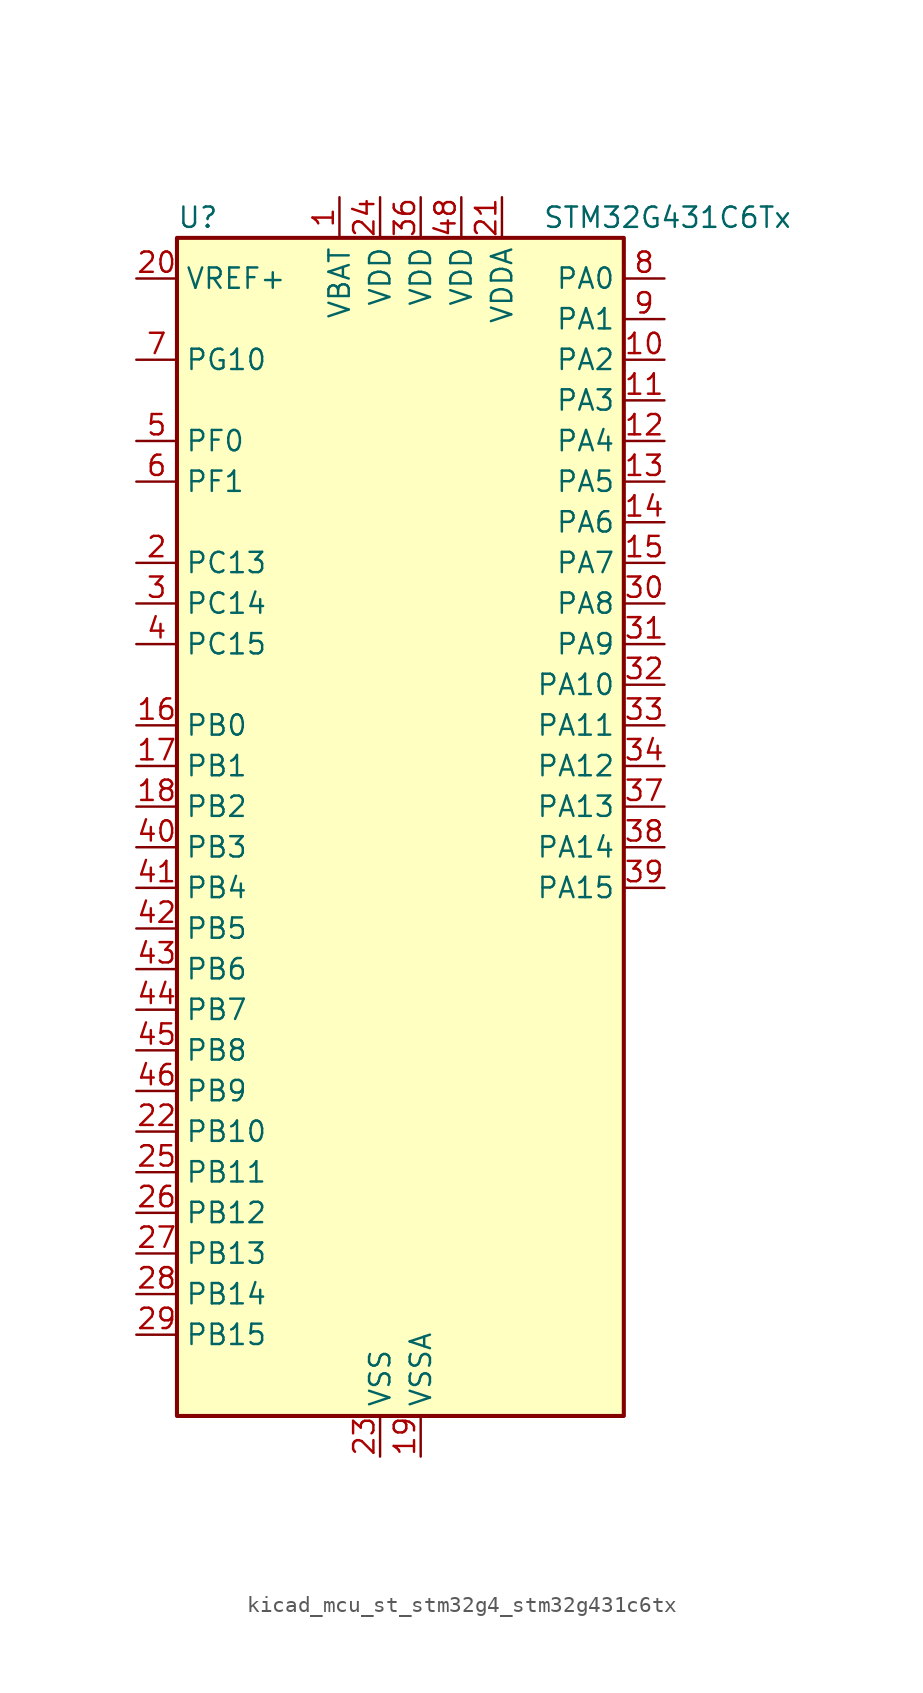
<source format=kicad_sym>
(kicad_symbol_lib
  (version 20220914)
  (generator kicad_symbol_editor)
  (symbol "kicad_mcu_st_stm32g4_stm32g431c6tx"
    (property "Reference" "U"
      (at -12.7 39.37 0)
      (effects (font (size 1.27 1.27)) (justify left)))
    (property "Value" "STM32G431C6Tx"
      (at 10.16 39.37 0)
      (effects (font (size 1.27 1.27)) (justify left)))
    (property "ki_locked" ""
      (at 0 0 0)
      (effects (font (size 1.27 1.27))))
    (symbol "kicad_mcu_st_stm32g4_stm32g431c6tx_0_1"
      (rectangle (start -12.7 -35.56) (end 15.24 38.1) (stroke (width 0.254) (type default)) (fill (type background))))
    (symbol "kicad_mcu_st_stm32g4_stm32g431c6tx_1_1"
      (pin power_in line (at -2.54 40.64 270) (length 2.54) (name "VBAT" (effects (font (size 1.27 1.27)))) (number "1" (effects (font (size 1.27 1.27)))))
      (pin bidirectional line (at 17.78 30.48 180) (length 2.54) (name "PA2" (effects (font (size 1.27 1.27)))) (number "10" (effects (font (size 1.27 1.27)))) (alternate "ADC1_IN3" bidirectional line) (alternate "COMP2_INM" bidirectional line) (alternate "COMP2_OUT" bidirectional line) (alternate "LPUART1_TX" bidirectional line) (alternate "OPAMP1_VOUT" bidirectional line) (alternate "RCC_LSCO" bidirectional line) (alternate "SYS_WKUP4" bidirectional line) (alternate "TIM15_CH1" bidirectional line) (alternate "TIM2_CH3" bidirectional line) (alternate "UCPD1_FRSTX1" bidirectional line) (alternate "UCPD1_FRSTX2" bidirectional line) (alternate "USART2_TX" bidirectional line))
      (pin bidirectional line (at 17.78 27.94 180) (length 2.54) (name "PA3" (effects (font (size 1.27 1.27)))) (number "11" (effects (font (size 1.27 1.27)))) (alternate "ADC1_IN4" bidirectional line) (alternate "COMP2_INP" bidirectional line) (alternate "LPUART1_RX" bidirectional line) (alternate "OPAMP1_VINM" bidirectional line) (alternate "OPAMP1_VINM0" bidirectional line) (alternate "OPAMP1_VINM_SEC" bidirectional line) (alternate "OPAMP1_VINP" bidirectional line) (alternate "OPAMP1_VINP_SEC" bidirectional line) (alternate "SAI1_CK1" bidirectional line) (alternate "SAI1_MCLK_A" bidirectional line) (alternate "TIM15_CH2" bidirectional line) (alternate "TIM2_CH4" bidirectional line) (alternate "USART2_RX" bidirectional line))
      (pin bidirectional line (at 17.78 25.4 180) (length 2.54) (name "PA4" (effects (font (size 1.27 1.27)))) (number "12" (effects (font (size 1.27 1.27)))) (alternate "ADC2_IN17" bidirectional line) (alternate "COMP1_INM" bidirectional line) (alternate "DAC1_OUT1" bidirectional line) (alternate "I2S3_WS" bidirectional line) (alternate "SAI1_FS_B" bidirectional line) (alternate "SPI1_NSS" bidirectional line) (alternate "SPI3_NSS" bidirectional line) (alternate "TIM3_CH2" bidirectional line) (alternate "USART2_CK" bidirectional line))
      (pin bidirectional line (at 17.78 22.86 180) (length 2.54) (name "PA5" (effects (font (size 1.27 1.27)))) (number "13" (effects (font (size 1.27 1.27)))) (alternate "ADC2_IN13" bidirectional line) (alternate "COMP2_INM" bidirectional line) (alternate "DAC1_OUT2" bidirectional line) (alternate "OPAMP2_VINM" bidirectional line) (alternate "OPAMP2_VINM0" bidirectional line) (alternate "OPAMP2_VINM_SEC" bidirectional line) (alternate "SPI1_SCK" bidirectional line) (alternate "TIM2_CH1" bidirectional line) (alternate "TIM2_ETR" bidirectional line) (alternate "UCPD1_FRSTX1" bidirectional line) (alternate "UCPD1_FRSTX2" bidirectional line))
      (pin bidirectional line (at 17.78 20.32 180) (length 2.54) (name "PA6" (effects (font (size 1.27 1.27)))) (number "14" (effects (font (size 1.27 1.27)))) (alternate "ADC2_IN3" bidirectional line) (alternate "COMP1_OUT" bidirectional line) (alternate "LPUART1_CTS" bidirectional line) (alternate "OPAMP2_VOUT" bidirectional line) (alternate "SPI1_MISO" bidirectional line) (alternate "TIM16_CH1" bidirectional line) (alternate "TIM1_BKIN" bidirectional line) (alternate "TIM3_CH1" bidirectional line) (alternate "TIM8_BKIN" bidirectional line))
      (pin bidirectional line (at 17.78 17.78 180) (length 2.54) (name "PA7" (effects (font (size 1.27 1.27)))) (number "15" (effects (font (size 1.27 1.27)))) (alternate "ADC2_IN4" bidirectional line) (alternate "COMP2_INP" bidirectional line) (alternate "COMP2_OUT" bidirectional line) (alternate "OPAMP1_VINP" bidirectional line) (alternate "OPAMP1_VINP_SEC" bidirectional line) (alternate "OPAMP2_VINP" bidirectional line) (alternate "OPAMP2_VINP_SEC" bidirectional line) (alternate "SPI1_MOSI" bidirectional line) (alternate "TIM17_CH1" bidirectional line) (alternate "TIM1_CH1N" bidirectional line) (alternate "TIM3_CH2" bidirectional line) (alternate "TIM8_CH1N" bidirectional line) (alternate "UCPD1_FRSTX1" bidirectional line) (alternate "UCPD1_FRSTX2" bidirectional line))
      (pin bidirectional line (at -15.24 7.62 0) (length 2.54) (name "PB0" (effects (font (size 1.27 1.27)))) (number "16" (effects (font (size 1.27 1.27)))) (alternate "ADC1_IN15" bidirectional line) (alternate "COMP4_INP" bidirectional line) (alternate "OPAMP2_VINP" bidirectional line) (alternate "OPAMP2_VINP_SEC" bidirectional line) (alternate "OPAMP3_VINP" bidirectional line) (alternate "OPAMP3_VINP_SEC" bidirectional line) (alternate "TIM1_CH2N" bidirectional line) (alternate "TIM3_CH3" bidirectional line) (alternate "TIM8_CH2N" bidirectional line) (alternate "UCPD1_FRSTX1" bidirectional line) (alternate "UCPD1_FRSTX2" bidirectional line))
      (pin bidirectional line (at -15.24 5.08 0) (length 2.54) (name "PB1" (effects (font (size 1.27 1.27)))) (number "17" (effects (font (size 1.27 1.27)))) (alternate "ADC1_IN12" bidirectional line) (alternate "COMP1_INP" bidirectional line) (alternate "COMP4_OUT" bidirectional line) (alternate "LPUART1_DE" bidirectional line) (alternate "LPUART1_RTS" bidirectional line) (alternate "OPAMP3_VOUT" bidirectional line) (alternate "TIM1_CH3N" bidirectional line) (alternate "TIM3_CH4" bidirectional line) (alternate "TIM8_CH3N" bidirectional line))
      (pin bidirectional line (at -15.24 2.54 0) (length 2.54) (name "PB2" (effects (font (size 1.27 1.27)))) (number "18" (effects (font (size 1.27 1.27)))) (alternate "ADC2_IN12" bidirectional line) (alternate "COMP4_INM" bidirectional line) (alternate "I2C3_SMBA" bidirectional line) (alternate "LPTIM1_OUT" bidirectional line) (alternate "OPAMP3_VINM" bidirectional line) (alternate "OPAMP3_VINM0" bidirectional line) (alternate "OPAMP3_VINM_SEC" bidirectional line) (alternate "RTC_OUT2" bidirectional line))
      (pin power_in line (at 2.54 -38.1 90) (length 2.54) (name "VSSA" (effects (font (size 1.27 1.27)))) (number "19" (effects (font (size 1.27 1.27)))))
      (pin bidirectional line (at -15.24 17.78 0) (length 2.54) (name "PC13" (effects (font (size 1.27 1.27)))) (number "2" (effects (font (size 1.27 1.27)))) (alternate "RTC_OUT1" bidirectional line) (alternate "RTC_TAMP1" bidirectional line) (alternate "RTC_TS" bidirectional line) (alternate "SYS_WKUP2" bidirectional line) (alternate "TIM1_BKIN" bidirectional line) (alternate "TIM1_CH1N" bidirectional line) (alternate "TIM8_CH4N" bidirectional line))
      (pin input line (at -15.24 35.56 0) (length 2.54) (name "VREF+" (effects (font (size 1.27 1.27)))) (number "20" (effects (font (size 1.27 1.27)))) (alternate "VREFBUF_OUT" bidirectional line))
      (pin power_in line (at 7.62 40.64 270) (length 2.54) (name "VDDA" (effects (font (size 1.27 1.27)))) (number "21" (effects (font (size 1.27 1.27)))))
      (pin bidirectional line (at -15.24 -17.78 0) (length 2.54) (name "PB10" (effects (font (size 1.27 1.27)))) (number "22" (effects (font (size 1.27 1.27)))) (alternate "DAC1_EXTI10" bidirectional line) (alternate "DAC3_EXTI10" bidirectional line) (alternate "LPUART1_RX" bidirectional line) (alternate "OPAMP3_VINM" bidirectional line) (alternate "OPAMP3_VINM1" bidirectional line) (alternate "OPAMP3_VINM_SEC" bidirectional line) (alternate "SAI1_SCK_A" bidirectional line) (alternate "TIM1_BKIN" bidirectional line) (alternate "TIM2_CH3" bidirectional line) (alternate "USART3_TX" bidirectional line))
      (pin power_in line (at 0 -38.1 90) (length 2.54) (name "VSS" (effects (font (size 1.27 1.27)))) (number "23" (effects (font (size 1.27 1.27)))))
      (pin power_in line (at 0 40.64 270) (length 2.54) (name "VDD" (effects (font (size 1.27 1.27)))) (number "24" (effects (font (size 1.27 1.27)))))
      (pin bidirectional line (at -15.24 -20.32 0) (length 2.54) (name "PB11" (effects (font (size 1.27 1.27)))) (number "25" (effects (font (size 1.27 1.27)))) (alternate "ADC1_EXTI11" bidirectional line) (alternate "ADC1_IN14" bidirectional line) (alternate "ADC2_EXTI11" bidirectional line) (alternate "ADC2_IN14" bidirectional line) (alternate "LPUART1_TX" bidirectional line) (alternate "TIM2_CH4" bidirectional line) (alternate "USART3_RX" bidirectional line))
      (pin bidirectional line (at -15.24 -22.86 0) (length 2.54) (name "PB12" (effects (font (size 1.27 1.27)))) (number "26" (effects (font (size 1.27 1.27)))) (alternate "ADC1_IN11" bidirectional line) (alternate "I2C2_SMBA" bidirectional line) (alternate "I2S2_WS" bidirectional line) (alternate "LPUART1_DE" bidirectional line) (alternate "LPUART1_RTS" bidirectional line) (alternate "SPI2_NSS" bidirectional line) (alternate "TIM1_BKIN" bidirectional line) (alternate "USART3_CK" bidirectional line))
      (pin bidirectional line (at -15.24 -25.4 0) (length 2.54) (name "PB13" (effects (font (size 1.27 1.27)))) (number "27" (effects (font (size 1.27 1.27)))) (alternate "I2S2_CK" bidirectional line) (alternate "LPUART1_CTS" bidirectional line) (alternate "OPAMP3_VINP" bidirectional line) (alternate "OPAMP3_VINP_SEC" bidirectional line) (alternate "SPI2_SCK" bidirectional line) (alternate "TIM1_CH1N" bidirectional line) (alternate "USART3_CTS" bidirectional line) (alternate "USART3_NSS" bidirectional line))
      (pin bidirectional line (at -15.24 -27.94 0) (length 2.54) (name "PB14" (effects (font (size 1.27 1.27)))) (number "28" (effects (font (size 1.27 1.27)))) (alternate "ADC1_IN5" bidirectional line) (alternate "COMP4_OUT" bidirectional line) (alternate "OPAMP2_VINP" bidirectional line) (alternate "OPAMP2_VINP_SEC" bidirectional line) (alternate "SPI2_MISO" bidirectional line) (alternate "TIM15_CH1" bidirectional line) (alternate "TIM1_CH2N" bidirectional line) (alternate "USART3_DE" bidirectional line) (alternate "USART3_RTS" bidirectional line))
      (pin bidirectional line (at -15.24 -30.48 0) (length 2.54) (name "PB15" (effects (font (size 1.27 1.27)))) (number "29" (effects (font (size 1.27 1.27)))) (alternate "ADC1_EXTI15" bidirectional line) (alternate "ADC2_EXTI15" bidirectional line) (alternate "ADC2_IN15" bidirectional line) (alternate "COMP3_OUT" bidirectional line) (alternate "I2S2_SD" bidirectional line) (alternate "RTC_REFIN" bidirectional line) (alternate "SPI2_MOSI" bidirectional line) (alternate "TIM15_CH1N" bidirectional line) (alternate "TIM15_CH2" bidirectional line) (alternate "TIM1_CH3N" bidirectional line))
      (pin bidirectional line (at -15.24 15.24 0) (length 2.54) (name "PC14" (effects (font (size 1.27 1.27)))) (number "3" (effects (font (size 1.27 1.27)))) (alternate "RCC_OSC32_IN" bidirectional line))
      (pin bidirectional line (at 17.78 15.24 180) (length 2.54) (name "PA8" (effects (font (size 1.27 1.27)))) (number "30" (effects (font (size 1.27 1.27)))) (alternate "I2C2_SDA" bidirectional line) (alternate "I2C3_SCL" bidirectional line) (alternate "I2S2_MCK" bidirectional line) (alternate "RCC_MCO" bidirectional line) (alternate "SAI1_CK2" bidirectional line) (alternate "SAI1_SCK_A" bidirectional line) (alternate "TIM1_CH1" bidirectional line) (alternate "TIM4_ETR" bidirectional line) (alternate "USART1_CK" bidirectional line))
      (pin bidirectional line (at 17.78 12.7 180) (length 2.54) (name "PA9" (effects (font (size 1.27 1.27)))) (number "31" (effects (font (size 1.27 1.27)))) (alternate "DAC1_EXTI9" bidirectional line) (alternate "DAC3_EXTI9" bidirectional line) (alternate "I2C2_SCL" bidirectional line) (alternate "I2C3_SMBA" bidirectional line) (alternate "I2S3_MCK" bidirectional line) (alternate "SAI1_FS_A" bidirectional line) (alternate "TIM15_BKIN" bidirectional line) (alternate "TIM1_CH2" bidirectional line) (alternate "TIM2_CH3" bidirectional line) (alternate "UCPD1_DBCC1" bidirectional line) (alternate "USART1_TX" bidirectional line))
      (pin bidirectional line (at 17.78 10.16 180) (length 2.54) (name "PA10" (effects (font (size 1.27 1.27)))) (number "32" (effects (font (size 1.27 1.27)))) (alternate "CRS_SYNC" bidirectional line) (alternate "DAC1_EXTI10" bidirectional line) (alternate "DAC3_EXTI10" bidirectional line) (alternate "I2C2_SMBA" bidirectional line) (alternate "SAI1_D1" bidirectional line) (alternate "SAI1_SD_A" bidirectional line) (alternate "SPI2_MISO" bidirectional line) (alternate "TIM17_BKIN" bidirectional line) (alternate "TIM1_CH3" bidirectional line) (alternate "TIM2_CH4" bidirectional line) (alternate "TIM8_BKIN" bidirectional line) (alternate "UCPD1_DBCC2" bidirectional line) (alternate "USART1_RX" bidirectional line))
      (pin bidirectional line (at 17.78 7.62 180) (length 2.54) (name "PA11" (effects (font (size 1.27 1.27)))) (number "33" (effects (font (size 1.27 1.27)))) (alternate "ADC1_EXTI11" bidirectional line) (alternate "ADC2_EXTI11" bidirectional line) (alternate "COMP1_OUT" bidirectional line) (alternate "FDCAN1_RX" bidirectional line) (alternate "I2S2_SD" bidirectional line) (alternate "SPI2_MOSI" bidirectional line) (alternate "TIM1_BKIN2" bidirectional line) (alternate "TIM1_CH1N" bidirectional line) (alternate "TIM1_CH4" bidirectional line) (alternate "TIM4_CH1" bidirectional line) (alternate "USART1_CTS" bidirectional line) (alternate "USART1_NSS" bidirectional line) (alternate "USB_DM" bidirectional line))
      (pin bidirectional line (at 17.78 5.08 180) (length 2.54) (name "PA12" (effects (font (size 1.27 1.27)))) (number "34" (effects (font (size 1.27 1.27)))) (alternate "COMP2_OUT" bidirectional line) (alternate "FDCAN1_TX" bidirectional line) (alternate "I2S_CKIN" bidirectional line) (alternate "TIM16_CH1" bidirectional line) (alternate "TIM1_CH2N" bidirectional line) (alternate "TIM1_ETR" bidirectional line) (alternate "TIM4_CH2" bidirectional line) (alternate "USART1_DE" bidirectional line) (alternate "USART1_RTS" bidirectional line) (alternate "USB_DP" bidirectional line))
      (pin passive line (at 0 -38.1 90) (length 2.54) hide (name "VSS" (effects (font (size 1.27 1.27)))) (number "35" (effects (font (size 1.27 1.27)))))
      (pin power_in line (at 2.54 40.64 270) (length 2.54) (name "VDD" (effects (font (size 1.27 1.27)))) (number "36" (effects (font (size 1.27 1.27)))))
      (pin bidirectional line (at 17.78 2.54 180) (length 2.54) (name "PA13" (effects (font (size 1.27 1.27)))) (number "37" (effects (font (size 1.27 1.27)))) (alternate "I2C1_SCL" bidirectional line) (alternate "IR_OUT" bidirectional line) (alternate "SAI1_SD_B" bidirectional line) (alternate "SYS_JTMS-SWDIO" bidirectional line) (alternate "TIM16_CH1N" bidirectional line) (alternate "TIM4_CH3" bidirectional line) (alternate "USART3_CTS" bidirectional line) (alternate "USART3_NSS" bidirectional line))
      (pin bidirectional line (at 17.78 0 180) (length 2.54) (name "PA14" (effects (font (size 1.27 1.27)))) (number "38" (effects (font (size 1.27 1.27)))) (alternate "I2C1_SDA" bidirectional line) (alternate "LPTIM1_OUT" bidirectional line) (alternate "SAI1_FS_B" bidirectional line) (alternate "SYS_JTCK-SWCLK" bidirectional line) (alternate "TIM1_BKIN" bidirectional line) (alternate "TIM8_CH2" bidirectional line) (alternate "USART2_TX" bidirectional line))
      (pin bidirectional line (at 17.78 -2.54 180) (length 2.54) (name "PA15" (effects (font (size 1.27 1.27)))) (number "39" (effects (font (size 1.27 1.27)))) (alternate "ADC1_EXTI15" bidirectional line) (alternate "ADC2_EXTI15" bidirectional line) (alternate "I2C1_SCL" bidirectional line) (alternate "I2S3_WS" bidirectional line) (alternate "SPI1_NSS" bidirectional line) (alternate "SPI3_NSS" bidirectional line) (alternate "SYS_JTDI" bidirectional line) (alternate "TIM1_BKIN" bidirectional line) (alternate "TIM2_CH1" bidirectional line) (alternate "TIM2_ETR" bidirectional line) (alternate "TIM8_CH1" bidirectional line) (alternate "USART2_RX" bidirectional line))
      (pin bidirectional line (at -15.24 12.7 0) (length 2.54) (name "PC15" (effects (font (size 1.27 1.27)))) (number "4" (effects (font (size 1.27 1.27)))) (alternate "ADC1_EXTI15" bidirectional line) (alternate "ADC2_EXTI15" bidirectional line) (alternate "RCC_OSC32_OUT" bidirectional line))
      (pin bidirectional line (at -15.24 0 0) (length 2.54) (name "PB3" (effects (font (size 1.27 1.27)))) (number "40" (effects (font (size 1.27 1.27)))) (alternate "CRS_SYNC" bidirectional line) (alternate "I2S3_CK" bidirectional line) (alternate "SAI1_SCK_B" bidirectional line) (alternate "SPI1_SCK" bidirectional line) (alternate "SPI3_SCK" bidirectional line) (alternate "SYS_JTDO-SWO" bidirectional line) (alternate "TIM2_CH2" bidirectional line) (alternate "TIM3_ETR" bidirectional line) (alternate "TIM4_ETR" bidirectional line) (alternate "TIM8_CH1N" bidirectional line) (alternate "USART2_TX" bidirectional line))
      (pin bidirectional line (at -15.24 -2.54 0) (length 2.54) (name "PB4" (effects (font (size 1.27 1.27)))) (number "41" (effects (font (size 1.27 1.27)))) (alternate "SAI1_MCLK_B" bidirectional line) (alternate "SPI1_MISO" bidirectional line) (alternate "SPI3_MISO" bidirectional line) (alternate "SYS_JTRST" bidirectional line) (alternate "TIM16_CH1" bidirectional line) (alternate "TIM17_BKIN" bidirectional line) (alternate "TIM3_CH1" bidirectional line) (alternate "TIM8_CH2N" bidirectional line) (alternate "UCPD1_CC2" bidirectional line) (alternate "USART2_RX" bidirectional line))
      (pin bidirectional line (at -15.24 -5.08 0) (length 2.54) (name "PB5" (effects (font (size 1.27 1.27)))) (number "42" (effects (font (size 1.27 1.27)))) (alternate "I2C1_SMBA" bidirectional line) (alternate "I2C3_SDA" bidirectional line) (alternate "I2S3_SD" bidirectional line) (alternate "LPTIM1_IN1" bidirectional line) (alternate "SAI1_SD_B" bidirectional line) (alternate "SPI1_MOSI" bidirectional line) (alternate "SPI3_MOSI" bidirectional line) (alternate "TIM16_BKIN" bidirectional line) (alternate "TIM17_CH1" bidirectional line) (alternate "TIM3_CH2" bidirectional line) (alternate "TIM8_CH3N" bidirectional line) (alternate "USART2_CK" bidirectional line))
      (pin bidirectional line (at -15.24 -7.62 0) (length 2.54) (name "PB6" (effects (font (size 1.27 1.27)))) (number "43" (effects (font (size 1.27 1.27)))) (alternate "COMP4_OUT" bidirectional line) (alternate "LPTIM1_ETR" bidirectional line) (alternate "SAI1_FS_B" bidirectional line) (alternate "TIM16_CH1N" bidirectional line) (alternate "TIM4_CH1" bidirectional line) (alternate "TIM8_BKIN2" bidirectional line) (alternate "TIM8_CH1" bidirectional line) (alternate "TIM8_ETR" bidirectional line) (alternate "UCPD1_CC1" bidirectional line) (alternate "USART1_TX" bidirectional line))
      (pin bidirectional line (at -15.24 -10.16 0) (length 2.54) (name "PB7" (effects (font (size 1.27 1.27)))) (number "44" (effects (font (size 1.27 1.27)))) (alternate "COMP3_OUT" bidirectional line) (alternate "I2C1_SDA" bidirectional line) (alternate "LPTIM1_IN2" bidirectional line) (alternate "SYS_PVD_IN" bidirectional line) (alternate "TIM17_CH1N" bidirectional line) (alternate "TIM3_CH4" bidirectional line) (alternate "TIM4_CH2" bidirectional line) (alternate "TIM8_BKIN" bidirectional line) (alternate "USART1_RX" bidirectional line))
      (pin bidirectional line (at -15.24 -12.7 0) (length 2.54) (name "PB8" (effects (font (size 1.27 1.27)))) (number "45" (effects (font (size 1.27 1.27)))) (alternate "COMP1_OUT" bidirectional line) (alternate "FDCAN1_RX" bidirectional line) (alternate "I2C1_SCL" bidirectional line) (alternate "SAI1_CK1" bidirectional line) (alternate "SAI1_MCLK_A" bidirectional line) (alternate "TIM16_CH1" bidirectional line) (alternate "TIM1_BKIN" bidirectional line) (alternate "TIM4_CH3" bidirectional line) (alternate "TIM8_CH2" bidirectional line) (alternate "USART3_RX" bidirectional line))
      (pin bidirectional line (at -15.24 -15.24 0) (length 2.54) (name "PB9" (effects (font (size 1.27 1.27)))) (number "46" (effects (font (size 1.27 1.27)))) (alternate "COMP2_OUT" bidirectional line) (alternate "DAC1_EXTI9" bidirectional line) (alternate "DAC3_EXTI9" bidirectional line) (alternate "FDCAN1_TX" bidirectional line) (alternate "I2C1_SDA" bidirectional line) (alternate "IR_OUT" bidirectional line) (alternate "SAI1_D2" bidirectional line) (alternate "SAI1_FS_A" bidirectional line) (alternate "TIM17_CH1" bidirectional line) (alternate "TIM1_CH3N" bidirectional line) (alternate "TIM4_CH4" bidirectional line) (alternate "TIM8_CH3" bidirectional line) (alternate "USART3_TX" bidirectional line))
      (pin passive line (at 0 -38.1 90) (length 2.54) hide (name "VSS" (effects (font (size 1.27 1.27)))) (number "47" (effects (font (size 1.27 1.27)))))
      (pin power_in line (at 5.08 40.64 270) (length 2.54) (name "VDD" (effects (font (size 1.27 1.27)))) (number "48" (effects (font (size 1.27 1.27)))))
      (pin bidirectional line (at -15.24 25.4 0) (length 2.54) (name "PF0" (effects (font (size 1.27 1.27)))) (number "5" (effects (font (size 1.27 1.27)))) (alternate "ADC1_IN10" bidirectional line) (alternate "I2C2_SDA" bidirectional line) (alternate "I2S2_WS" bidirectional line) (alternate "RCC_OSC_IN" bidirectional line) (alternate "SPI2_NSS" bidirectional line) (alternate "TIM1_CH3N" bidirectional line))
      (pin bidirectional line (at -15.24 22.86 0) (length 2.54) (name "PF1" (effects (font (size 1.27 1.27)))) (number "6" (effects (font (size 1.27 1.27)))) (alternate "ADC2_IN10" bidirectional line) (alternate "COMP3_INM" bidirectional line) (alternate "I2S2_CK" bidirectional line) (alternate "RCC_OSC_OUT" bidirectional line) (alternate "SPI2_SCK" bidirectional line))
      (pin bidirectional line (at -15.24 30.48 0) (length 2.54) (name "PG10" (effects (font (size 1.27 1.27)))) (number "7" (effects (font (size 1.27 1.27)))) (alternate "DAC1_EXTI10" bidirectional line) (alternate "DAC3_EXTI10" bidirectional line) (alternate "RCC_MCO" bidirectional line))
      (pin bidirectional line (at 17.78 35.56 180) (length 2.54) (name "PA0" (effects (font (size 1.27 1.27)))) (number "8" (effects (font (size 1.27 1.27)))) (alternate "ADC1_IN1" bidirectional line) (alternate "ADC2_IN1" bidirectional line) (alternate "COMP1_INM" bidirectional line) (alternate "COMP1_OUT" bidirectional line) (alternate "COMP3_INP" bidirectional line) (alternate "RTC_TAMP2" bidirectional line) (alternate "SYS_WKUP1" bidirectional line) (alternate "TIM2_CH1" bidirectional line) (alternate "TIM2_ETR" bidirectional line) (alternate "TIM8_BKIN" bidirectional line) (alternate "TIM8_ETR" bidirectional line) (alternate "USART2_CTS" bidirectional line) (alternate "USART2_NSS" bidirectional line))
      (pin bidirectional line (at 17.78 33.02 180) (length 2.54) (name "PA1" (effects (font (size 1.27 1.27)))) (number "9" (effects (font (size 1.27 1.27)))) (alternate "ADC1_IN2" bidirectional line) (alternate "ADC2_IN2" bidirectional line) (alternate "COMP1_INP" bidirectional line) (alternate "OPAMP1_VINP" bidirectional line) (alternate "OPAMP1_VINP_SEC" bidirectional line) (alternate "OPAMP3_VINP" bidirectional line) (alternate "OPAMP3_VINP_SEC" bidirectional line) (alternate "RTC_REFIN" bidirectional line) (alternate "TIM15_CH1N" bidirectional line) (alternate "TIM2_CH2" bidirectional line) (alternate "USART2_DE" bidirectional line) (alternate "USART2_RTS" bidirectional line)))))
</source>
